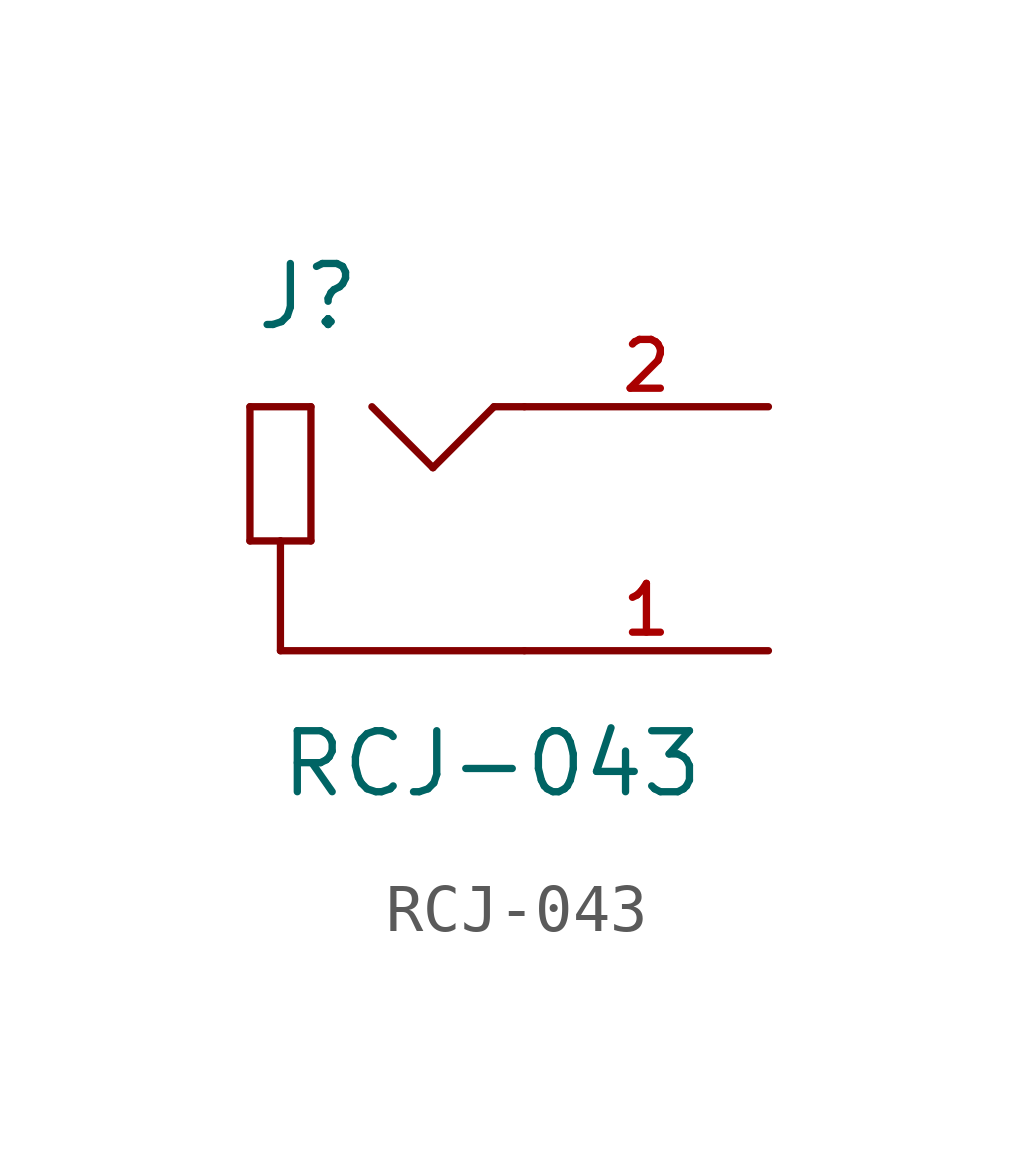
<source format=kicad_sym>
(kicad_symbol_lib
  (version 20211014)
  (generator kicad_symbol_editor)
  (symbol "RCJ-043"
    (pin_names
      (offset 1.016) hide)
    (property "Reference" "J"
      (at -5.639 4.089 0)
      (effects (font (size 1.27 1.27)) (justify left bottom)))
    (property "Value" "RCJ-043"
      (at -5.131 -5.639 0)
      (effects (font (size 1.27 1.27)) (justify left bottom)))
    (property "ki_locked" ""
      (at 0 0 0)
      (effects (font (size 1.27 1.27))))
    (symbol "RCJ-043_0_0"
      (polyline (pts (xy -5.715 -0.254) (xy -5.08 -0.254)) (stroke (width 0.152) (type default) (color 0 0 0 0)) (fill (type none)))
      (polyline (pts (xy -5.715 2.54) (xy -5.715 -0.254)) (stroke (width 0.152) (type default) (color 0 0 0 0)) (fill (type none)))
      (polyline (pts (xy -5.08 -2.54) (xy -5.08 -0.254)) (stroke (width 0.152) (type default) (color 0 0 0 0)) (fill (type none)))
      (polyline (pts (xy -5.08 -0.254) (xy -4.445 -0.254)) (stroke (width 0.152) (type default) (color 0 0 0 0)) (fill (type none)))
      (polyline (pts (xy -4.445 -0.254) (xy -4.445 2.54)) (stroke (width 0.152) (type default) (color 0 0 0 0)) (fill (type none)))
      (polyline (pts (xy -4.445 2.54) (xy -5.715 2.54)) (stroke (width 0.152) (type default) (color 0 0 0 0)) (fill (type none)))
      (polyline (pts (xy -1.905 1.27) (xy -3.175 2.54)) (stroke (width 0.152) (type default) (color 0 0 0 0)) (fill (type none)))
      (polyline (pts (xy -0.635 2.54) (xy -1.905 1.27)) (stroke (width 0.152) (type default) (color 0 0 0 0)) (fill (type none)))
      (polyline (pts (xy 0 -2.54) (xy -5.08 -2.54)) (stroke (width 0.152) (type default) (color 0 0 0 0)) (fill (type none)))
      (polyline (pts (xy 0 2.54) (xy -0.635 2.54)) (stroke (width 0.152) (type default) (color 0 0 0 0)) (fill (type none)))
      (pin passive line (at 5.08 -2.54 180) (length 5.08) (name "~" (effects (font (size 1.016 1.016)))) (number "1" (effects (font (size 1.016 1.016)))))
      (pin passive line (at 5.08 2.54 180) (length 5.08) (name "~" (effects (font (size 1.016 1.016)))) (number "2" (effects (font (size 1.016 1.016))))))))
</source>
